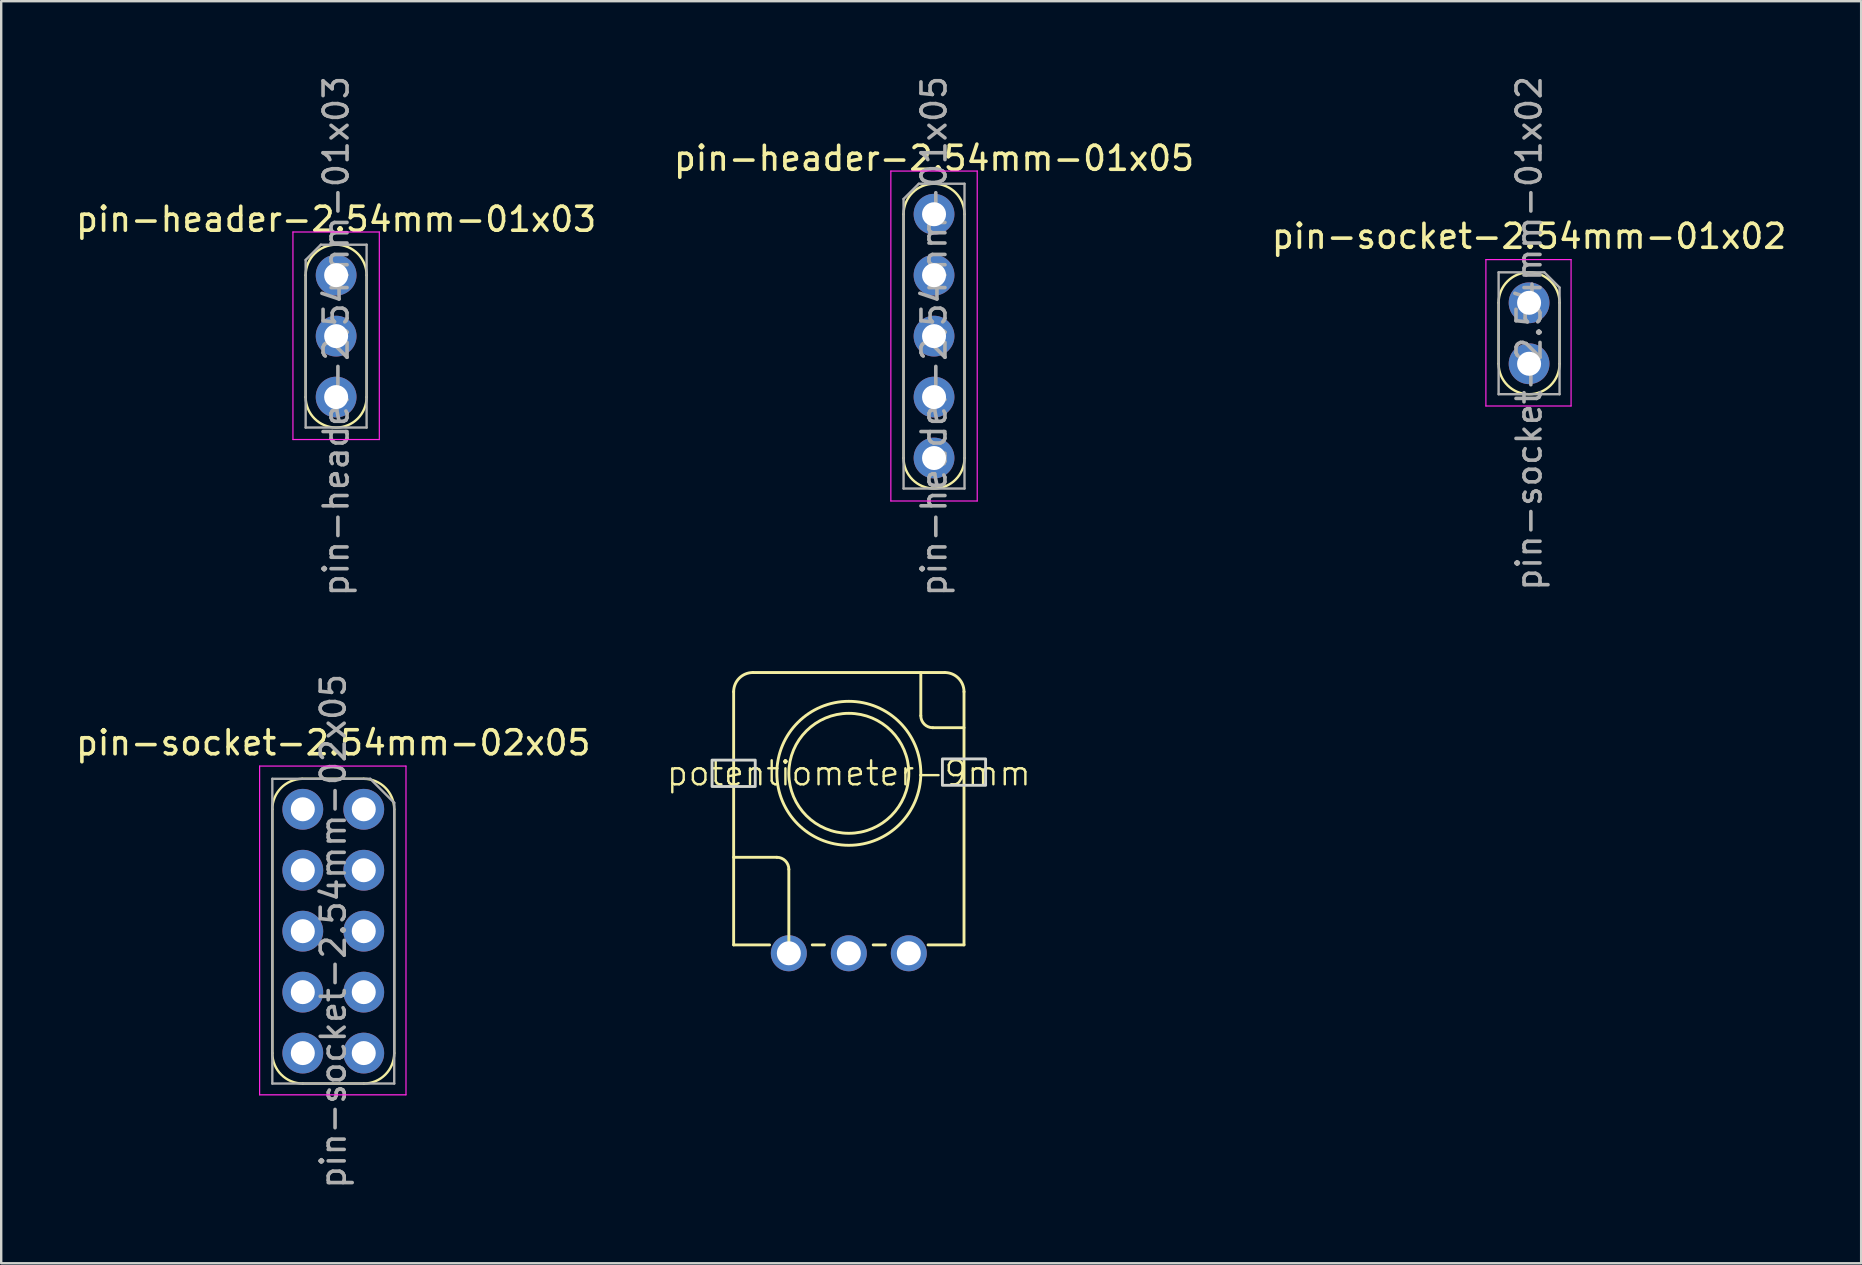
<source format=kicad_pcb>
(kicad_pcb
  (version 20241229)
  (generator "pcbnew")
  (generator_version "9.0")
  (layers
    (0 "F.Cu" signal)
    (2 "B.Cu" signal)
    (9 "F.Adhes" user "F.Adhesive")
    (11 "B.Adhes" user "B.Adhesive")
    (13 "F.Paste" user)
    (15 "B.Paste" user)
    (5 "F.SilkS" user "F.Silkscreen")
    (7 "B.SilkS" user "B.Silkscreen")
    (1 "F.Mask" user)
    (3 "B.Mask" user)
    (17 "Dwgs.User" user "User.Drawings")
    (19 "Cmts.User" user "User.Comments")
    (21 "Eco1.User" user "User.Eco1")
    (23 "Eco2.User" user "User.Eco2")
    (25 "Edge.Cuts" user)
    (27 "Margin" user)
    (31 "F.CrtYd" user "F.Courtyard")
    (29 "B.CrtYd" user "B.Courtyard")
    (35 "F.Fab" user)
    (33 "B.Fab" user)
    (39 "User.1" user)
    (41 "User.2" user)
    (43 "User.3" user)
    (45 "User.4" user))
  (footprint "pin-header-2.54mm-01x03"
    (layer "F.Cu")
    (at 10.958 8.418)
    (property "Reference" "pin-header-2.54mm-01x03" (at 0 -2.33 0) (layer "F.SilkS") (effects (font (size 1 1) (thickness 0.15))))
    (attr through_hole)
    (fp_line (start -1.27 0) (end -1.27 5.08) (stroke (width 0.1) (type default)) (layer "F.SilkS"))
    (fp_line (start 1.27 5.08) (end 1.27 0) (stroke (width 0.1) (type default)) (layer "F.SilkS"))
    (fp_arc (start -1.27 0) (mid 0 -1.27) (end 1.27 0) (stroke (width 0.1) (type default)) (layer "F.SilkS"))
    (fp_arc (start 1.27 5.08) (mid 0 6.35) (end -1.27 5.08) (stroke (width 0.1) (type default)) (layer "F.SilkS"))
    (fp_line (start -1.8 -1.8) (end -1.8 6.85) (stroke (width 0.05) (type solid)) (layer "F.CrtYd"))
    (fp_line (start -1.8 6.85) (end 1.8 6.85) (stroke (width 0.05) (type solid)) (layer "F.CrtYd"))
    (fp_line (start 1.8 -1.8) (end -1.8 -1.8) (stroke (width 0.05) (type solid)) (layer "F.CrtYd"))
    (fp_line (start 1.8 6.85) (end 1.8 -1.8) (stroke (width 0.05) (type solid)) (layer "F.CrtYd"))
    (fp_line (start -1.27 -0.635) (end -0.635 -1.27) (stroke (width 0.1) (type solid)) (layer "F.Fab"))
    (fp_line (start -1.27 6.35) (end -1.27 -0.635) (stroke (width 0.1) (type solid)) (layer "F.Fab"))
    (fp_line (start -0.635 -1.27) (end 1.27 -1.27) (stroke (width 0.1) (type solid)) (layer "F.Fab"))
    (fp_line (start 1.27 -1.27) (end 1.27 6.35) (stroke (width 0.1) (type solid)) (layer "F.Fab"))
    (fp_line (start 1.27 6.35) (end -1.27 6.35) (stroke (width 0.1) (type solid)) (layer "F.Fab"))
    (fp_text user "${REFERENCE}" (at 0 2.54 90) (layer "F.Fab") (effects (font (size 1 1) (thickness 0.15))))
    (pad "1" thru_hole circle (at 0 0) (size 1.7 1.7) (drill 1) (layers "*.Cu" "*.Mask"))
    (pad "2" thru_hole oval (at 0 2.54) (size 1.7 1.7) (drill 1) (layers "*.Cu" "*.Mask"))
    (pad "3" thru_hole oval (at 0 5.08) (size 1.7 1.7) (drill 1) (layers "*.Cu" "*.Mask")))
  (footprint "pin-socket-2.54mm-01x02"
    (layer "F.Cu")
    (at 60.673 9.569)
    (property "Reference" "pin-socket-2.54mm-01x02" (at 0 -2.77 0) (layer "F.SilkS") (effects (font (size 1 1) (thickness 0.15))))
    (attr through_hole)
    (fp_line (start -1.27 2.54) (end -1.27 0) (stroke (width 0.1) (type default)) (layer "F.SilkS"))
    (fp_line (start 1.27 0) (end 1.27 2.54) (stroke (width 0.1) (type default)) (layer "F.SilkS"))
    (fp_arc (start -1.27 0) (mid 0 -1.27) (end 1.27 0) (stroke (width 0.1) (type default)) (layer "F.SilkS"))
    (fp_arc (start 1.27 2.54) (mid 0 3.81) (end -1.27 2.54) (stroke (width 0.1) (type default)) (layer "F.SilkS"))
    (fp_line (start -1.8 -1.8) (end 1.75 -1.8) (stroke (width 0.05) (type solid)) (layer "F.CrtYd"))
    (fp_line (start -1.8 4.3) (end -1.8 -1.8) (stroke (width 0.05) (type solid)) (layer "F.CrtYd"))
    (fp_line (start 1.75 -1.8) (end 1.75 4.3) (stroke (width 0.05) (type solid)) (layer "F.CrtYd"))
    (fp_line (start 1.75 4.3) (end -1.8 4.3) (stroke (width 0.05) (type solid)) (layer "F.CrtYd"))
    (fp_line (start -1.27 -1.27) (end 0.635 -1.27) (stroke (width 0.1) (type solid)) (layer "F.Fab"))
    (fp_line (start -1.27 3.81) (end -1.27 -1.27) (stroke (width 0.1) (type solid)) (layer "F.Fab"))
    (fp_line (start 0.635 -1.27) (end 1.27 -0.635) (stroke (width 0.1) (type solid)) (layer "F.Fab"))
    (fp_line (start 1.27 -0.635) (end 1.27 3.81) (stroke (width 0.1) (type solid)) (layer "F.Fab"))
    (fp_line (start 1.27 3.81) (end -1.27 3.81) (stroke (width 0.1) (type solid)) (layer "F.Fab"))
    (fp_text user "${REFERENCE}" (at 0 1.27 90) (layer "F.Fab") (effects (font (size 1 1) (thickness 0.15))))
    (pad "1" thru_hole circle (at 0 0) (size 1.7 1.7) (drill 1) (layers "*.Cu" "*.Mask"))
    (pad "2" thru_hole oval (at 0 2.54) (size 1.7 1.7) (drill 1) (layers "*.Cu" "*.Mask")))
  (footprint "pin-socket-2.54mm-02x05"
    (layer "F.Cu")
    (at 12.109 30.676)
    (property "Reference" "pin-socket-2.54mm-02x05" (at -1.27 -2.77 0) (layer "F.SilkS") (effects (font (size 1 1) (thickness 0.15))))
    (attr through_hole)
    (fp_line (start -3.81 0) (end -3.81 10.16) (stroke (width 0.1) (type default)) (layer "F.SilkS"))
    (fp_line (start -2.569 -1.27) (end 0 -1.27) (stroke (width 0.1) (type default)) (layer "F.SilkS"))
    (fp_line (start -2.54 11.43) (end 0 11.43) (stroke (width 0.1) (type default)) (layer "F.SilkS"))
    (fp_line (start 1.27 0) (end 1.27 10.16) (stroke (width 0.1) (type default)) (layer "F.SilkS"))
    (fp_arc (start -3.81 0) (mid -3.448095 -0.887842) (end -2.568639 -1.269677) (stroke (width 0.1) (type default)) (layer "F.SilkS"))
    (fp_arc (start -2.54 11.43) (mid -3.438026 11.058026) (end -3.81 10.16) (stroke (width 0.1) (type default)) (layer "F.SilkS"))
    (fp_arc (start 0 -1.27) (mid 0.898026 -0.898026) (end 1.27 0) (stroke (width 0.1) (type default)) (layer "F.SilkS"))
    (fp_arc (start 1.27 10.16) (mid 0.898026 11.058026) (end 0 11.43) (stroke (width 0.1) (type default)) (layer "F.SilkS"))
    (fp_line (start -4.34 -1.8) (end 1.76 -1.8) (stroke (width 0.05) (type solid)) (layer "F.CrtYd"))
    (fp_line (start -4.34 11.9) (end -4.34 -1.8) (stroke (width 0.05) (type solid)) (layer "F.CrtYd"))
    (fp_line (start 1.76 -1.8) (end 1.76 11.9) (stroke (width 0.05) (type solid)) (layer "F.CrtYd"))
    (fp_line (start 1.76 11.9) (end -4.34 11.9) (stroke (width 0.05) (type solid)) (layer "F.CrtYd"))
    (fp_line (start -3.81 -1.27) (end 0.27 -1.27) (stroke (width 0.1) (type solid)) (layer "F.Fab"))
    (fp_line (start -3.81 11.43) (end -3.81 -1.27) (stroke (width 0.1) (type solid)) (layer "F.Fab"))
    (fp_line (start 0.27 -1.27) (end 1.27 -0.27) (stroke (width 0.1) (type solid)) (layer "F.Fab"))
    (fp_line (start 1.27 -0.27) (end 1.27 11.43) (stroke (width 0.1) (type solid)) (layer "F.Fab"))
    (fp_line (start 1.27 11.43) (end -3.81 11.43) (stroke (width 0.1) (type solid)) (layer "F.Fab"))
    (fp_text user "${REFERENCE}" (at -1.27 5.08 90) (layer "F.Fab") (effects (font (size 1 1) (thickness 0.15))))
    (pad "1" thru_hole circle (at 0 0) (size 1.7 1.7) (drill 1) (layers "*.Cu" "*.Mask"))
    (pad "2" thru_hole oval (at -2.54 0) (size 1.7 1.7) (drill 1) (layers "*.Cu" "*.Mask"))
    (pad "3" thru_hole oval (at 0 2.54) (size 1.7 1.7) (drill 1) (layers "*.Cu" "*.Mask"))
    (pad "4" thru_hole oval (at -2.54 2.54) (size 1.7 1.7) (drill 1) (layers "*.Cu" "*.Mask"))
    (pad "5" thru_hole oval (at 0 5.08) (size 1.7 1.7) (drill 1) (layers "*.Cu" "*.Mask"))
    (pad "6" thru_hole oval (at -2.54 5.08) (size 1.7 1.7) (drill 1) (layers "*.Cu" "*.Mask"))
    (pad "7" thru_hole oval (at 0 7.62) (size 1.7 1.7) (drill 1) (layers "*.Cu" "*.Mask"))
    (pad "8" thru_hole oval (at -2.54 7.62) (size 1.7 1.7) (drill 1) (layers "*.Cu" "*.Mask"))
    (pad "9" thru_hole oval (at 0 10.16) (size 1.7 1.7) (drill 1) (layers "*.Cu" "*.Mask"))
    (pad "10" thru_hole oval (at -2.54 10.16) (size 1.7 1.7) (drill 1) (layers "*.Cu" "*.Mask")))
  (footprint "pin-header-2.54mm-01x05"
    (layer "F.Cu")
    (at 35.875 5.878)
    (property "Reference" "pin-header-2.54mm-01x05" (at 0 -2.33 0) (layer "F.SilkS") (effects (font (size 1 1) (thickness 0.15))))
    (attr through_hole)
    (fp_line (start -1.27 10.16) (end -1.27 0) (stroke (width 0.1) (type default)) (layer "F.SilkS"))
    (fp_line (start 1.27 0) (end 1.27 10.16) (stroke (width 0.1) (type default)) (layer "F.SilkS"))
    (fp_arc (start -1.27 0) (mid 0 -1.27) (end 1.27 0) (stroke (width 0.1) (type default)) (layer "F.SilkS"))
    (fp_arc (start 1.27 10.16) (mid 0 11.43) (end -1.27 10.16) (stroke (width 0.1) (type default)) (layer "F.SilkS"))
    (fp_line (start -1.8 -1.8) (end -1.8 11.95) (stroke (width 0.05) (type solid)) (layer "F.CrtYd"))
    (fp_line (start -1.8 11.95) (end 1.8 11.95) (stroke (width 0.05) (type solid)) (layer "F.CrtYd"))
    (fp_line (start 1.8 -1.8) (end -1.8 -1.8) (stroke (width 0.05) (type solid)) (layer "F.CrtYd"))
    (fp_line (start 1.8 11.95) (end 1.8 -1.8) (stroke (width 0.05) (type solid)) (layer "F.CrtYd"))
    (fp_line (start -1.27 -0.635) (end -0.635 -1.27) (stroke (width 0.1) (type solid)) (layer "F.Fab"))
    (fp_line (start -1.27 11.43) (end -1.27 -0.635) (stroke (width 0.1) (type solid)) (layer "F.Fab"))
    (fp_line (start -0.635 -1.27) (end 1.27 -1.27) (stroke (width 0.1) (type solid)) (layer "F.Fab"))
    (fp_line (start 1.27 -1.27) (end 1.27 11.43) (stroke (width 0.1) (type solid)) (layer "F.Fab"))
    (fp_line (start 1.27 11.43) (end -1.27 11.43) (stroke (width 0.1) (type solid)) (layer "F.Fab"))
    (fp_text user "${REFERENCE}" (at 0 5.08 90) (layer "F.Fab") (effects (font (size 1 1) (thickness 0.15))))
    (pad "1" thru_hole circle (at 0 0) (size 1.7 1.7) (drill 1) (layers "*.Cu" "*.Mask"))
    (pad "2" thru_hole oval (at 0 2.54) (size 1.7 1.7) (drill 1) (layers "*.Cu" "*.Mask"))
    (pad "3" thru_hole oval (at 0 5.08) (size 1.7 1.7) (drill 1) (layers "*.Cu" "*.Mask"))
    (pad "4" thru_hole oval (at 0 7.62) (size 1.7 1.7) (drill 1) (layers "*.Cu" "*.Mask"))
    (pad "5" thru_hole oval (at 0 10.16) (size 1.7 1.7) (drill 1) (layers "*.Cu" "*.Mask")))
  (footprint "potentiometer-9mm"
    (layer "F.Cu")
    (at 32.324 29.177)
    (property "Reference" "potentiometer-9mm" (at 0 0 0) (unlocked yes) (layer "F.SilkS") (effects (font (size 1 1) (thickness 0.1))))
    (attr through_hole)
    (fp_line (start -4.8 7.15) (end -4.8 -3.4) (stroke (width 0.12) (type solid)) (layer "F.SilkS"))
    (fp_line (start -3.302 7.15) (end -4.8 7.15) (stroke (width 0.12) (type solid)) (layer "F.SilkS"))
    (fp_line (start -3 3.5) (end -4.8 3.5) (stroke (width 0.12) (type solid)) (layer "F.SilkS"))
    (fp_line (start -2.5 7.2) (end -2.5 4) (stroke (width 0.12) (type solid)) (layer "F.SilkS"))
    (fp_line (start -1.524 7.15) (end -1.016 7.15) (stroke (width 0.12) (type default)) (layer "F.SilkS"))
    (fp_line (start 1.016 7.15) (end 1.524 7.15) (stroke (width 0.12) (type default)) (layer "F.SilkS"))
    (fp_line (start 3 -4.2) (end 3 -2.4) (stroke (width 0.12) (type solid)) (layer "F.SilkS"))
    (fp_line (start 3.5 -1.9) (end 4.8 -1.9) (stroke (width 0.12) (type solid)) (layer "F.SilkS"))
    (fp_line (start 4 -4.2) (end -4 -4.2) (stroke (width 0.12) (type solid)) (layer "F.SilkS"))
    (fp_line (start 4.8 -3.4) (end 4.8 7.15) (stroke (width 0.12) (type solid)) (layer "F.SilkS"))
    (fp_line (start 4.8 7.15) (end 3.302 7.15) (stroke (width 0.12) (type default)) (layer "F.SilkS"))
    (fp_arc (start -4.8 -3.4) (mid -4.565685 -3.965685) (end -4 -4.2) (stroke (width 0.12) (type solid)) (layer "F.SilkS"))
    (fp_arc (start -3 3.5) (mid -2.646447 3.646447) (end -2.5 4) (stroke (width 0.12) (type solid)) (layer "F.SilkS"))
    (fp_arc (start 3.5 -1.9) (mid 3.146447 -2.046447) (end 3 -2.4) (stroke (width 0.12) (type solid)) (layer "F.SilkS"))
    (fp_arc (start 4 -4.2) (mid 4.565685 -3.965685) (end 4.8 -3.4) (stroke (width 0.12) (type solid)) (layer "F.SilkS"))
    (fp_circle (center 0 0) (end 2.5 0) (stroke (width 0.12) (type solid)) (fill no) (layer "F.SilkS"))
    (fp_circle (center 0 0) (end 3 0) (stroke (width 0.12) (type solid)) (fill no) (layer "F.SilkS"))
    (fp_rect (start -5.7 0.55) (end -3.9 -0.55) (stroke (width 0.12) (type solid)) (fill no) (layer "Edge.Cuts"))
    (fp_rect (start 3.9 0.5) (end 5.7 -0.6) (stroke (width 0.12) (type solid)) (fill no) (layer "Edge.Cuts"))
    (pad "1" thru_hole circle (at -2.5 7.5) (size 1.5 1.5) (drill 1) (layers "*.Cu" "*.Mask"))
    (pad "2" thru_hole circle (at 0 7.5) (size 1.5 1.5) (drill 1) (layers "*.Cu" "*.Mask"))
    (pad "3" thru_hole circle (at 2.5 7.5) (size 1.5 1.5) (drill 1) (layers "*.Cu" "*.Mask")))
  (gr_rect
    (start -3 -3)
    (end 74.512 49.595)
    (stroke (width 0.1) (type default))
    (fill no)
    (layer "Edge.Cuts")))
</source>
